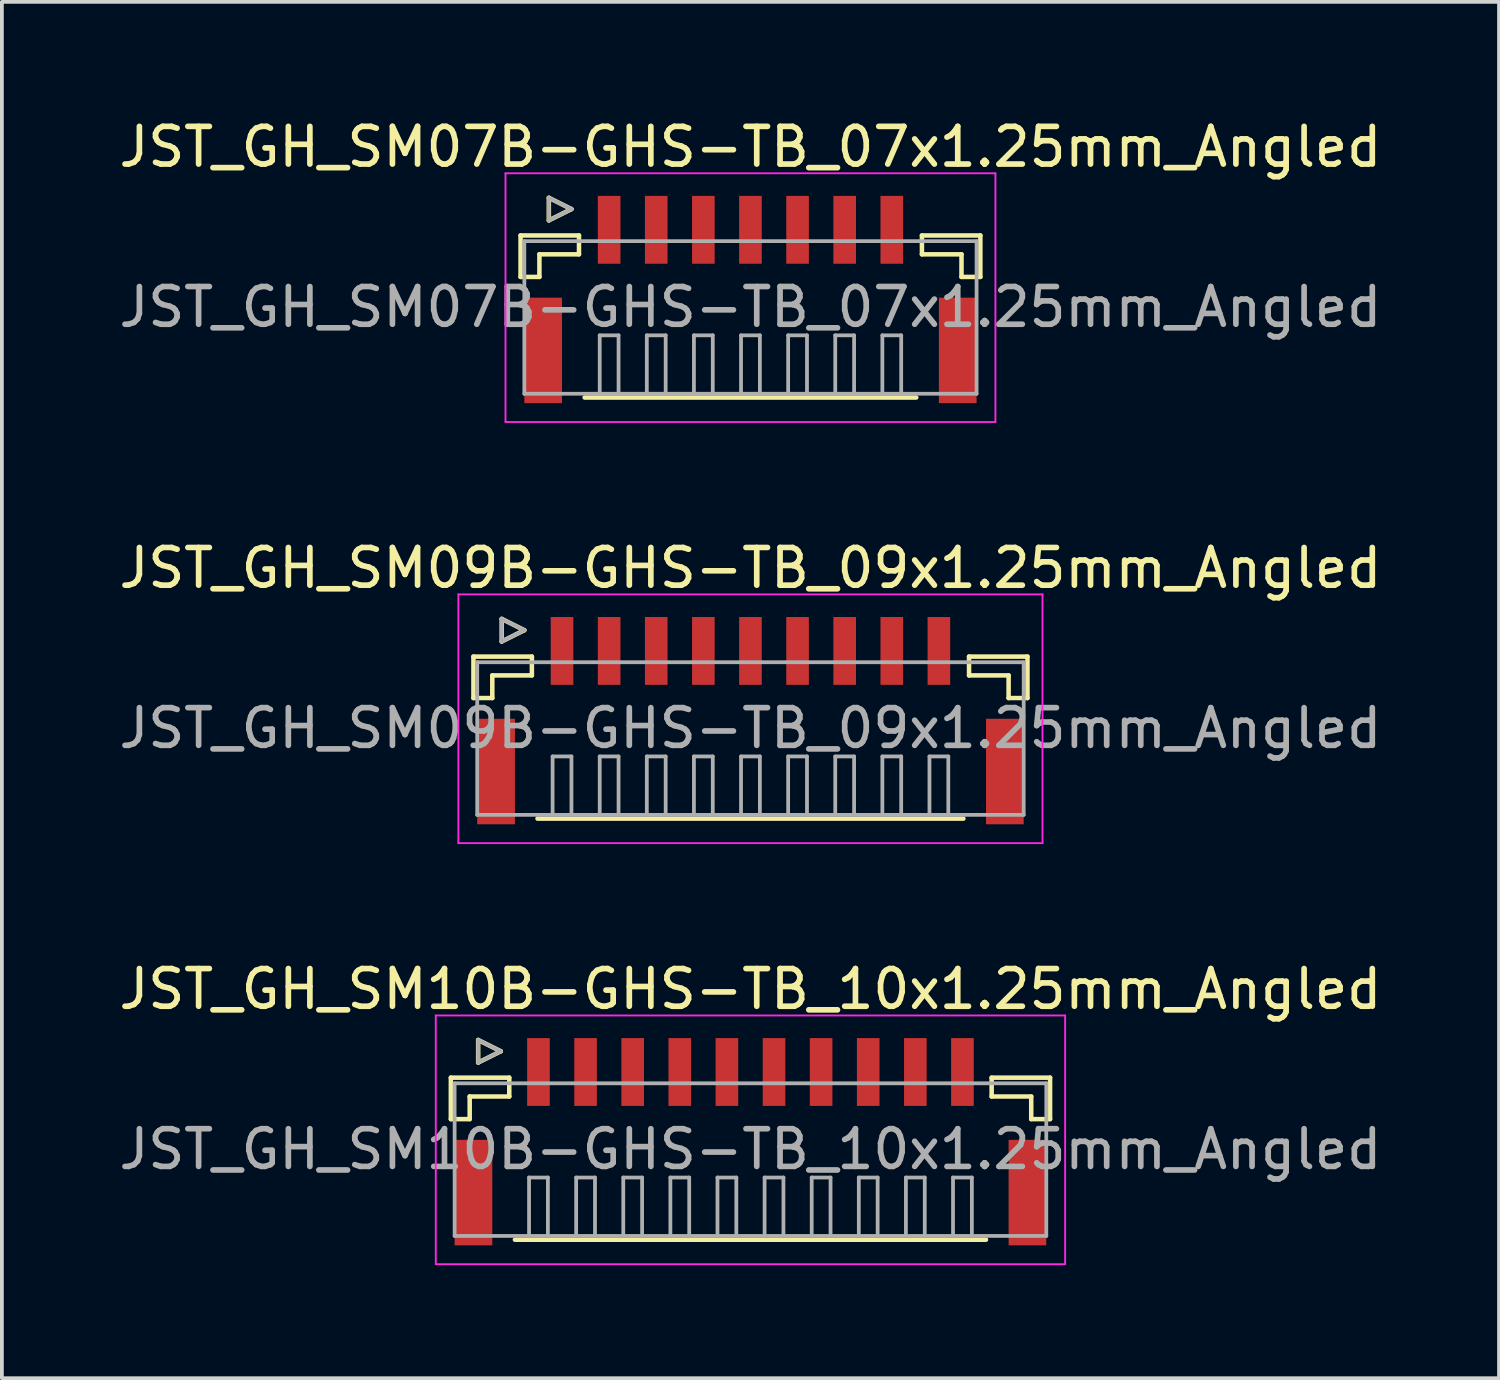
<source format=kicad_pcb>
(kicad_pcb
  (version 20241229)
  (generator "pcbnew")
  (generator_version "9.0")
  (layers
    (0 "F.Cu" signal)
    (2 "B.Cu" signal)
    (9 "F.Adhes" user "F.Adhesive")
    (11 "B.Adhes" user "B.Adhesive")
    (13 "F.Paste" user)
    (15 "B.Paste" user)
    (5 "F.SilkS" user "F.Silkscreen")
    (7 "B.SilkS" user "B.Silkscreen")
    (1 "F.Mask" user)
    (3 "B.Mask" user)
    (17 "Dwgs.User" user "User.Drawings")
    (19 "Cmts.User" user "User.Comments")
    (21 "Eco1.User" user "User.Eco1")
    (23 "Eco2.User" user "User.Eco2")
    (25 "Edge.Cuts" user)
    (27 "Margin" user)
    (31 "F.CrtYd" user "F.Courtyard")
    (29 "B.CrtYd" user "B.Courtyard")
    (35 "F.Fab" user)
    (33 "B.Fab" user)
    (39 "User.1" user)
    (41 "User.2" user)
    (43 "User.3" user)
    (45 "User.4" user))
  (footprint "JST_GH_SM09B-GHS-TB_09x1.25mm_Angled"
    (layer "F.Cu")
    (at 16.863 15.822)
    (property "Reference" "JST_GH_SM09B-GHS-TB_09x1.25mm_Angled" (at 0 -3.8 0) (layer "F.SilkS") (effects (font (size 1 1) (thickness 0.15))))
    (attr smd)
    (fp_line (start -7.35 -1.45) (end -5.8 -1.45) (stroke (width 0.12) (type solid)) (layer "F.SilkS"))
    (fp_line (start -7.35 -0.35) (end -7.35 -1.45) (stroke (width 0.12) (type solid)) (layer "F.SilkS"))
    (fp_line (start -6.85 -0.95) (end -6.85 -0.35) (stroke (width 0.12) (type solid)) (layer "F.SilkS"))
    (fp_line (start -6.85 -0.35) (end -7.35 -0.35) (stroke (width 0.12) (type solid)) (layer "F.SilkS"))
    (fp_line (start -6.6 -2.45) (end -6.6 -1.85) (stroke (width 0.12) (type solid)) (layer "F.SilkS"))
    (fp_line (start -6.6 -1.85) (end -6 -2.15) (stroke (width 0.12) (type solid)) (layer "F.SilkS"))
    (fp_line (start -6 -2.15) (end -6.6 -2.45) (stroke (width 0.12) (type solid)) (layer "F.SilkS"))
    (fp_line (start -5.8 -1.45) (end -5.8 -0.95) (stroke (width 0.12) (type solid)) (layer "F.SilkS"))
    (fp_line (start -5.8 -0.95) (end -6.85 -0.95) (stroke (width 0.12) (type solid)) (layer "F.SilkS"))
    (fp_line (start -5.65 2.85) (end 5.65 2.85) (stroke (width 0.12) (type solid)) (layer "F.SilkS"))
    (fp_line (start 5.8 -1.45) (end 5.8 -0.95) (stroke (width 0.12) (type solid)) (layer "F.SilkS"))
    (fp_line (start 5.8 -0.95) (end 6.85 -0.95) (stroke (width 0.12) (type solid)) (layer "F.SilkS"))
    (fp_line (start 6.85 -0.95) (end 6.85 -0.35) (stroke (width 0.12) (type solid)) (layer "F.SilkS"))
    (fp_line (start 6.85 -0.35) (end 7.35 -0.35) (stroke (width 0.12) (type solid)) (layer "F.SilkS"))
    (fp_line (start 7.35 -1.45) (end 5.8 -1.45) (stroke (width 0.12) (type solid)) (layer "F.SilkS"))
    (fp_line (start 7.35 -0.35) (end 7.35 -1.45) (stroke (width 0.12) (type solid)) (layer "F.SilkS"))
    (fp_line (start -7.75 -3.1) (end -7.75 3.5) (stroke (width 0.05) (type solid)) (layer "F.CrtYd"))
    (fp_line (start -7.75 3.5) (end 7.75 3.5) (stroke (width 0.05) (type solid)) (layer "F.CrtYd"))
    (fp_line (start 7.75 -3.1) (end -7.75 -3.1) (stroke (width 0.05) (type solid)) (layer "F.CrtYd"))
    (fp_line (start 7.75 3.5) (end 7.75 -3.1) (stroke (width 0.05) (type solid)) (layer "F.CrtYd"))
    (fp_line (start -7.25 -1.3) (end -7.25 2.75) (stroke (width 0.1) (type solid)) (layer "F.Fab"))
    (fp_line (start -7.25 2.75) (end 7.25 2.75) (stroke (width 0.1) (type solid)) (layer "F.Fab"))
    (fp_line (start -6.6 -2.45) (end -6.6 -1.85) (stroke (width 0.1) (type solid)) (layer "F.Fab"))
    (fp_line (start -6.6 -1.85) (end -6 -2.15) (stroke (width 0.1) (type solid)) (layer "F.Fab"))
    (fp_line (start -6 -2.15) (end -6.6 -2.45) (stroke (width 0.1) (type solid)) (layer "F.Fab"))
    (fp_line (start -5.25 1.2) (end -4.75 1.2) (stroke (width 0.1) (type solid)) (layer "F.Fab"))
    (fp_line (start -5.25 2.7) (end -5.25 1.2) (stroke (width 0.1) (type solid)) (layer "F.Fab"))
    (fp_line (start -4.75 1.2) (end -4.75 2.7) (stroke (width 0.1) (type solid)) (layer "F.Fab"))
    (fp_line (start -4 1.2) (end -3.5 1.2) (stroke (width 0.1) (type solid)) (layer "F.Fab"))
    (fp_line (start -4 2.7) (end -4 1.2) (stroke (width 0.1) (type solid)) (layer "F.Fab"))
    (fp_line (start -3.5 1.2) (end -3.5 2.7) (stroke (width 0.1) (type solid)) (layer "F.Fab"))
    (fp_line (start -2.75 1.2) (end -2.25 1.2) (stroke (width 0.1) (type solid)) (layer "F.Fab"))
    (fp_line (start -2.75 2.7) (end -2.75 1.2) (stroke (width 0.1) (type solid)) (layer "F.Fab"))
    (fp_line (start -2.25 1.2) (end -2.25 2.7) (stroke (width 0.1) (type solid)) (layer "F.Fab"))
    (fp_line (start -1.5 1.2) (end -1 1.2) (stroke (width 0.1) (type solid)) (layer "F.Fab"))
    (fp_line (start -1.5 2.7) (end -1.5 1.2) (stroke (width 0.1) (type solid)) (layer "F.Fab"))
    (fp_line (start -1 1.2) (end -1 2.7) (stroke (width 0.1) (type solid)) (layer "F.Fab"))
    (fp_line (start -0.25 1.2) (end 0.25 1.2) (stroke (width 0.1) (type solid)) (layer "F.Fab"))
    (fp_line (start -0.25 2.7) (end -0.25 1.2) (stroke (width 0.1) (type solid)) (layer "F.Fab"))
    (fp_line (start 0.25 1.2) (end 0.25 2.7) (stroke (width 0.1) (type solid)) (layer "F.Fab"))
    (fp_line (start 1 1.2) (end 1.5 1.2) (stroke (width 0.1) (type solid)) (layer "F.Fab"))
    (fp_line (start 1 2.7) (end 1 1.2) (stroke (width 0.1) (type solid)) (layer "F.Fab"))
    (fp_line (start 1.5 1.2) (end 1.5 2.7) (stroke (width 0.1) (type solid)) (layer "F.Fab"))
    (fp_line (start 2.25 1.2) (end 2.75 1.2) (stroke (width 0.1) (type solid)) (layer "F.Fab"))
    (fp_line (start 2.25 2.7) (end 2.25 1.2) (stroke (width 0.1) (type solid)) (layer "F.Fab"))
    (fp_line (start 2.75 1.2) (end 2.75 2.7) (stroke (width 0.1) (type solid)) (layer "F.Fab"))
    (fp_line (start 3.5 1.2) (end 4 1.2) (stroke (width 0.1) (type solid)) (layer "F.Fab"))
    (fp_line (start 3.5 2.7) (end 3.5 1.2) (stroke (width 0.1) (type solid)) (layer "F.Fab"))
    (fp_line (start 4 1.2) (end 4 2.7) (stroke (width 0.1) (type solid)) (layer "F.Fab"))
    (fp_line (start 4.75 1.2) (end 5.25 1.2) (stroke (width 0.1) (type solid)) (layer "F.Fab"))
    (fp_line (start 4.75 2.7) (end 4.75 1.2) (stroke (width 0.1) (type solid)) (layer "F.Fab"))
    (fp_line (start 5.25 1.2) (end 5.25 2.7) (stroke (width 0.1) (type solid)) (layer "F.Fab"))
    (fp_line (start 7.25 -1.3) (end -7.25 -1.3) (stroke (width 0.1) (type solid)) (layer "F.Fab"))
    (fp_line (start 7.25 2.75) (end 7.25 -1.3) (stroke (width 0.1) (type solid)) (layer "F.Fab"))
    (fp_text user "${REFERENCE}" (at 0 0.45 0) (layer "F.Fab") (effects (font (size 1 1) (thickness 0.15))))
    (pad "" smd rect (at -6.75 1.6) (size 1 2.8) (layers "F.Cu" "F.Mask" "F.Paste"))
    (pad "" smd rect (at 6.75 1.6) (size 1 2.8) (layers "F.Cu" "F.Mask" "F.Paste"))
    (pad "1" smd rect (at -5 -1.6) (size 0.6 1.8) (layers "F.Cu" "F.Mask" "F.Paste"))
    (pad "2" smd rect (at -3.75 -1.6) (size 0.6 1.8) (layers "F.Cu" "F.Mask" "F.Paste"))
    (pad "3" smd rect (at -2.5 -1.6) (size 0.6 1.8) (layers "F.Cu" "F.Mask" "F.Paste"))
    (pad "4" smd rect (at -1.25 -1.6) (size 0.6 1.8) (layers "F.Cu" "F.Mask" "F.Paste"))
    (pad "5" smd rect (at 0 -1.6) (size 0.6 1.8) (layers "F.Cu" "F.Mask" "F.Paste"))
    (pad "6" smd rect (at 1.25 -1.6) (size 0.6 1.8) (layers "F.Cu" "F.Mask" "F.Paste"))
    (pad "7" smd rect (at 2.5 -1.6) (size 0.6 1.8) (layers "F.Cu" "F.Mask" "F.Paste"))
    (pad "8" smd rect (at 3.75 -1.6) (size 0.6 1.8) (layers "F.Cu" "F.Mask" "F.Paste"))
    (pad "9" smd rect (at 5 -1.6) (size 0.6 1.8) (layers "F.Cu" "F.Mask" "F.Paste")))
  (footprint "JST_GH_SM10B-GHS-TB_10x1.25mm_Angled"
    (layer "F.Cu")
    (at 16.863 26.995)
    (property "Reference" "JST_GH_SM10B-GHS-TB_10x1.25mm_Angled" (at 0 -3.8 0) (layer "F.SilkS") (effects (font (size 1 1) (thickness 0.15))))
    (attr smd)
    (fp_line (start -7.95 -1.45) (end -6.4 -1.45) (stroke (width 0.12) (type solid)) (layer "F.SilkS"))
    (fp_line (start -7.95 -0.35) (end -7.95 -1.45) (stroke (width 0.12) (type solid)) (layer "F.SilkS"))
    (fp_line (start -7.45 -0.95) (end -7.45 -0.35) (stroke (width 0.12) (type solid)) (layer "F.SilkS"))
    (fp_line (start -7.45 -0.35) (end -7.95 -0.35) (stroke (width 0.12) (type solid)) (layer "F.SilkS"))
    (fp_line (start -7.225 -2.45) (end -7.225 -1.85) (stroke (width 0.12) (type solid)) (layer "F.SilkS"))
    (fp_line (start -7.225 -1.85) (end -6.625 -2.15) (stroke (width 0.12) (type solid)) (layer "F.SilkS"))
    (fp_line (start -6.625 -2.15) (end -7.225 -2.45) (stroke (width 0.12) (type solid)) (layer "F.SilkS"))
    (fp_line (start -6.4 -1.45) (end -6.4 -0.95) (stroke (width 0.12) (type solid)) (layer "F.SilkS"))
    (fp_line (start -6.4 -0.95) (end -7.45 -0.95) (stroke (width 0.12) (type solid)) (layer "F.SilkS"))
    (fp_line (start -6.25 2.85) (end 6.25 2.85) (stroke (width 0.12) (type solid)) (layer "F.SilkS"))
    (fp_line (start 6.4 -1.45) (end 6.4 -0.95) (stroke (width 0.12) (type solid)) (layer "F.SilkS"))
    (fp_line (start 6.4 -0.95) (end 7.45 -0.95) (stroke (width 0.12) (type solid)) (layer "F.SilkS"))
    (fp_line (start 7.45 -0.95) (end 7.45 -0.35) (stroke (width 0.12) (type solid)) (layer "F.SilkS"))
    (fp_line (start 7.45 -0.35) (end 7.95 -0.35) (stroke (width 0.12) (type solid)) (layer "F.SilkS"))
    (fp_line (start 7.95 -1.45) (end 6.4 -1.45) (stroke (width 0.12) (type solid)) (layer "F.SilkS"))
    (fp_line (start 7.95 -0.35) (end 7.95 -1.45) (stroke (width 0.12) (type solid)) (layer "F.SilkS"))
    (fp_line (start -8.35 -3.1) (end -8.35 3.5) (stroke (width 0.05) (type solid)) (layer "F.CrtYd"))
    (fp_line (start -8.35 3.5) (end 8.35 3.5) (stroke (width 0.05) (type solid)) (layer "F.CrtYd"))
    (fp_line (start 8.35 -3.1) (end -8.35 -3.1) (stroke (width 0.05) (type solid)) (layer "F.CrtYd"))
    (fp_line (start 8.35 3.5) (end 8.35 -3.1) (stroke (width 0.05) (type solid)) (layer "F.CrtYd"))
    (fp_line (start -7.85 -1.3) (end -7.85 2.75) (stroke (width 0.1) (type solid)) (layer "F.Fab"))
    (fp_line (start -7.85 2.75) (end 7.85 2.75) (stroke (width 0.1) (type solid)) (layer "F.Fab"))
    (fp_line (start -7.225 -2.45) (end -7.225 -1.85) (stroke (width 0.1) (type solid)) (layer "F.Fab"))
    (fp_line (start -7.225 -1.85) (end -6.625 -2.15) (stroke (width 0.1) (type solid)) (layer "F.Fab"))
    (fp_line (start -6.625 -2.15) (end -7.225 -2.45) (stroke (width 0.1) (type solid)) (layer "F.Fab"))
    (fp_line (start -5.875 1.2) (end -5.375 1.2) (stroke (width 0.1) (type solid)) (layer "F.Fab"))
    (fp_line (start -5.875 2.7) (end -5.875 1.2) (stroke (width 0.1) (type solid)) (layer "F.Fab"))
    (fp_line (start -5.375 1.2) (end -5.375 2.7) (stroke (width 0.1) (type solid)) (layer "F.Fab"))
    (fp_line (start -4.625 1.2) (end -4.125 1.2) (stroke (width 0.1) (type solid)) (layer "F.Fab"))
    (fp_line (start -4.625 2.7) (end -4.625 1.2) (stroke (width 0.1) (type solid)) (layer "F.Fab"))
    (fp_line (start -4.125 1.2) (end -4.125 2.7) (stroke (width 0.1) (type solid)) (layer "F.Fab"))
    (fp_line (start -3.375 1.2) (end -2.875 1.2) (stroke (width 0.1) (type solid)) (layer "F.Fab"))
    (fp_line (start -3.375 2.7) (end -3.375 1.2) (stroke (width 0.1) (type solid)) (layer "F.Fab"))
    (fp_line (start -2.875 1.2) (end -2.875 2.7) (stroke (width 0.1) (type solid)) (layer "F.Fab"))
    (fp_line (start -2.125 1.2) (end -1.625 1.2) (stroke (width 0.1) (type solid)) (layer "F.Fab"))
    (fp_line (start -2.125 2.7) (end -2.125 1.2) (stroke (width 0.1) (type solid)) (layer "F.Fab"))
    (fp_line (start -1.625 1.2) (end -1.625 2.7) (stroke (width 0.1) (type solid)) (layer "F.Fab"))
    (fp_line (start -0.875 1.2) (end -0.375 1.2) (stroke (width 0.1) (type solid)) (layer "F.Fab"))
    (fp_line (start -0.875 2.7) (end -0.875 1.2) (stroke (width 0.1) (type solid)) (layer "F.Fab"))
    (fp_line (start -0.375 1.2) (end -0.375 2.7) (stroke (width 0.1) (type solid)) (layer "F.Fab"))
    (fp_line (start 0.375 1.2) (end 0.875 1.2) (stroke (width 0.1) (type solid)) (layer "F.Fab"))
    (fp_line (start 0.375 2.7) (end 0.375 1.2) (stroke (width 0.1) (type solid)) (layer "F.Fab"))
    (fp_line (start 0.875 1.2) (end 0.875 2.7) (stroke (width 0.1) (type solid)) (layer "F.Fab"))
    (fp_line (start 1.625 1.2) (end 2.125 1.2) (stroke (width 0.1) (type solid)) (layer "F.Fab"))
    (fp_line (start 1.625 2.7) (end 1.625 1.2) (stroke (width 0.1) (type solid)) (layer "F.Fab"))
    (fp_line (start 2.125 1.2) (end 2.125 2.7) (stroke (width 0.1) (type solid)) (layer "F.Fab"))
    (fp_line (start 2.875 1.2) (end 3.375 1.2) (stroke (width 0.1) (type solid)) (layer "F.Fab"))
    (fp_line (start 2.875 2.7) (end 2.875 1.2) (stroke (width 0.1) (type solid)) (layer "F.Fab"))
    (fp_line (start 3.375 1.2) (end 3.375 2.7) (stroke (width 0.1) (type solid)) (layer "F.Fab"))
    (fp_line (start 4.125 1.2) (end 4.625 1.2) (stroke (width 0.1) (type solid)) (layer "F.Fab"))
    (fp_line (start 4.125 2.7) (end 4.125 1.2) (stroke (width 0.1) (type solid)) (layer "F.Fab"))
    (fp_line (start 4.625 1.2) (end 4.625 2.7) (stroke (width 0.1) (type solid)) (layer "F.Fab"))
    (fp_line (start 5.375 1.2) (end 5.875 1.2) (stroke (width 0.1) (type solid)) (layer "F.Fab"))
    (fp_line (start 5.375 2.7) (end 5.375 1.2) (stroke (width 0.1) (type solid)) (layer "F.Fab"))
    (fp_line (start 5.875 1.2) (end 5.875 2.7) (stroke (width 0.1) (type solid)) (layer "F.Fab"))
    (fp_line (start 7.85 -1.3) (end -7.85 -1.3) (stroke (width 0.1) (type solid)) (layer "F.Fab"))
    (fp_line (start 7.85 2.75) (end 7.85 -1.3) (stroke (width 0.1) (type solid)) (layer "F.Fab"))
    (fp_text user "${REFERENCE}" (at 0 0.45 0) (layer "F.Fab") (effects (font (size 1 1) (thickness 0.15))))
    (pad "" smd rect (at -7.35 1.6) (size 1 2.8) (layers "F.Cu" "F.Mask" "F.Paste"))
    (pad "" smd rect (at 7.35 1.6) (size 1 2.8) (layers "F.Cu" "F.Mask" "F.Paste"))
    (pad "1" smd rect (at -5.625 -1.6) (size 0.6 1.8) (layers "F.Cu" "F.Mask" "F.Paste"))
    (pad "2" smd rect (at -4.375 -1.6) (size 0.6 1.8) (layers "F.Cu" "F.Mask" "F.Paste"))
    (pad "3" smd rect (at -3.125 -1.6) (size 0.6 1.8) (layers "F.Cu" "F.Mask" "F.Paste"))
    (pad "4" smd rect (at -1.875 -1.6) (size 0.6 1.8) (layers "F.Cu" "F.Mask" "F.Paste"))
    (pad "5" smd rect (at -0.625 -1.6) (size 0.6 1.8) (layers "F.Cu" "F.Mask" "F.Paste"))
    (pad "6" smd rect (at 0.625 -1.6) (size 0.6 1.8) (layers "F.Cu" "F.Mask" "F.Paste"))
    (pad "7" smd rect (at 1.875 -1.6) (size 0.6 1.8) (layers "F.Cu" "F.Mask" "F.Paste"))
    (pad "8" smd rect (at 3.125 -1.6) (size 0.6 1.8) (layers "F.Cu" "F.Mask" "F.Paste"))
    (pad "9" smd rect (at 4.375 -1.6) (size 0.6 1.8) (layers "F.Cu" "F.Mask" "F.Paste"))
    (pad "10" smd rect (at 5.625 -1.6) (size 0.6 1.8) (layers "F.Cu" "F.Mask" "F.Paste")))
  (footprint "JST_GH_SM07B-GHS-TB_07x1.25mm_Angled"
    (layer "F.Cu")
    (at 16.863 4.648)
    (property "Reference" "JST_GH_SM07B-GHS-TB_07x1.25mm_Angled" (at 0 -3.8 0) (layer "F.SilkS") (effects (font (size 1 1) (thickness 0.15))))
    (attr smd)
    (fp_line (start -6.1 -1.45) (end -4.55 -1.45) (stroke (width 0.12) (type solid)) (layer "F.SilkS"))
    (fp_line (start -6.1 -0.35) (end -6.1 -1.45) (stroke (width 0.12) (type solid)) (layer "F.SilkS"))
    (fp_line (start -5.6 -0.95) (end -5.6 -0.35) (stroke (width 0.12) (type solid)) (layer "F.SilkS"))
    (fp_line (start -5.6 -0.35) (end -6.1 -0.35) (stroke (width 0.12) (type solid)) (layer "F.SilkS"))
    (fp_line (start -5.35 -2.45) (end -5.35 -1.85) (stroke (width 0.12) (type solid)) (layer "F.SilkS"))
    (fp_line (start -5.35 -1.85) (end -4.75 -2.15) (stroke (width 0.12) (type solid)) (layer "F.SilkS"))
    (fp_line (start -4.75 -2.15) (end -5.35 -2.45) (stroke (width 0.12) (type solid)) (layer "F.SilkS"))
    (fp_line (start -4.55 -1.45) (end -4.55 -0.95) (stroke (width 0.12) (type solid)) (layer "F.SilkS"))
    (fp_line (start -4.55 -0.95) (end -5.6 -0.95) (stroke (width 0.12) (type solid)) (layer "F.SilkS"))
    (fp_line (start -4.4 2.85) (end 4.4 2.85) (stroke (width 0.12) (type solid)) (layer "F.SilkS"))
    (fp_line (start 4.55 -1.45) (end 4.55 -0.95) (stroke (width 0.12) (type solid)) (layer "F.SilkS"))
    (fp_line (start 4.55 -0.95) (end 5.6 -0.95) (stroke (width 0.12) (type solid)) (layer "F.SilkS"))
    (fp_line (start 5.6 -0.95) (end 5.6 -0.35) (stroke (width 0.12) (type solid)) (layer "F.SilkS"))
    (fp_line (start 5.6 -0.35) (end 6.1 -0.35) (stroke (width 0.12) (type solid)) (layer "F.SilkS"))
    (fp_line (start 6.1 -1.45) (end 4.55 -1.45) (stroke (width 0.12) (type solid)) (layer "F.SilkS"))
    (fp_line (start 6.1 -0.35) (end 6.1 -1.45) (stroke (width 0.12) (type solid)) (layer "F.SilkS"))
    (fp_line (start -6.5 -3.1) (end -6.5 3.5) (stroke (width 0.05) (type solid)) (layer "F.CrtYd"))
    (fp_line (start -6.5 3.5) (end 6.5 3.5) (stroke (width 0.05) (type solid)) (layer "F.CrtYd"))
    (fp_line (start 6.5 -3.1) (end -6.5 -3.1) (stroke (width 0.05) (type solid)) (layer "F.CrtYd"))
    (fp_line (start 6.5 3.5) (end 6.5 -3.1) (stroke (width 0.05) (type solid)) (layer "F.CrtYd"))
    (fp_line (start -6 -1.3) (end -6 2.75) (stroke (width 0.1) (type solid)) (layer "F.Fab"))
    (fp_line (start -6 2.75) (end 6 2.75) (stroke (width 0.1) (type solid)) (layer "F.Fab"))
    (fp_line (start -5.35 -2.45) (end -5.35 -1.85) (stroke (width 0.1) (type solid)) (layer "F.Fab"))
    (fp_line (start -5.35 -1.85) (end -4.75 -2.15) (stroke (width 0.1) (type solid)) (layer "F.Fab"))
    (fp_line (start -4.75 -2.15) (end -5.35 -2.45) (stroke (width 0.1) (type solid)) (layer "F.Fab"))
    (fp_line (start -4 1.2) (end -3.5 1.2) (stroke (width 0.1) (type solid)) (layer "F.Fab"))
    (fp_line (start -4 2.7) (end -4 1.2) (stroke (width 0.1) (type solid)) (layer "F.Fab"))
    (fp_line (start -3.5 1.2) (end -3.5 2.7) (stroke (width 0.1) (type solid)) (layer "F.Fab"))
    (fp_line (start -2.75 1.2) (end -2.25 1.2) (stroke (width 0.1) (type solid)) (layer "F.Fab"))
    (fp_line (start -2.75 2.7) (end -2.75 1.2) (stroke (width 0.1) (type solid)) (layer "F.Fab"))
    (fp_line (start -2.25 1.2) (end -2.25 2.7) (stroke (width 0.1) (type solid)) (layer "F.Fab"))
    (fp_line (start -1.5 1.2) (end -1 1.2) (stroke (width 0.1) (type solid)) (layer "F.Fab"))
    (fp_line (start -1.5 2.7) (end -1.5 1.2) (stroke (width 0.1) (type solid)) (layer "F.Fab"))
    (fp_line (start -1 1.2) (end -1 2.7) (stroke (width 0.1) (type solid)) (layer "F.Fab"))
    (fp_line (start -0.25 1.2) (end 0.25 1.2) (stroke (width 0.1) (type solid)) (layer "F.Fab"))
    (fp_line (start -0.25 2.7) (end -0.25 1.2) (stroke (width 0.1) (type solid)) (layer "F.Fab"))
    (fp_line (start 0.25 1.2) (end 0.25 2.7) (stroke (width 0.1) (type solid)) (layer "F.Fab"))
    (fp_line (start 1 1.2) (end 1.5 1.2) (stroke (width 0.1) (type solid)) (layer "F.Fab"))
    (fp_line (start 1 2.7) (end 1 1.2) (stroke (width 0.1) (type solid)) (layer "F.Fab"))
    (fp_line (start 1.5 1.2) (end 1.5 2.7) (stroke (width 0.1) (type solid)) (layer "F.Fab"))
    (fp_line (start 2.25 1.2) (end 2.75 1.2) (stroke (width 0.1) (type solid)) (layer "F.Fab"))
    (fp_line (start 2.25 2.7) (end 2.25 1.2) (stroke (width 0.1) (type solid)) (layer "F.Fab"))
    (fp_line (start 2.75 1.2) (end 2.75 2.7) (stroke (width 0.1) (type solid)) (layer "F.Fab"))
    (fp_line (start 3.5 1.2) (end 4 1.2) (stroke (width 0.1) (type solid)) (layer "F.Fab"))
    (fp_line (start 3.5 2.7) (end 3.5 1.2) (stroke (width 0.1) (type solid)) (layer "F.Fab"))
    (fp_line (start 4 1.2) (end 4 2.7) (stroke (width 0.1) (type solid)) (layer "F.Fab"))
    (fp_line (start 6 -1.3) (end -6 -1.3) (stroke (width 0.1) (type solid)) (layer "F.Fab"))
    (fp_line (start 6 2.75) (end 6 -1.3) (stroke (width 0.1) (type solid)) (layer "F.Fab"))
    (fp_text user "${REFERENCE}" (at 0 0.45 0) (layer "F.Fab") (effects (font (size 1 1) (thickness 0.15))))
    (pad "" smd rect (at -5.5 1.6) (size 1 2.8) (layers "F.Cu" "F.Mask" "F.Paste"))
    (pad "" smd rect (at 5.5 1.6) (size 1 2.8) (layers "F.Cu" "F.Mask" "F.Paste"))
    (pad "1" smd rect (at -3.75 -1.6) (size 0.6 1.8) (layers "F.Cu" "F.Mask" "F.Paste"))
    (pad "2" smd rect (at -2.5 -1.6) (size 0.6 1.8) (layers "F.Cu" "F.Mask" "F.Paste"))
    (pad "3" smd rect (at -1.25 -1.6) (size 0.6 1.8) (layers "F.Cu" "F.Mask" "F.Paste"))
    (pad "4" smd rect (at 0 -1.6) (size 0.6 1.8) (layers "F.Cu" "F.Mask" "F.Paste"))
    (pad "5" smd rect (at 1.25 -1.6) (size 0.6 1.8) (layers "F.Cu" "F.Mask" "F.Paste"))
    (pad "6" smd rect (at 2.5 -1.6) (size 0.6 1.8) (layers "F.Cu" "F.Mask" "F.Paste"))
    (pad "7" smd rect (at 3.75 -1.6) (size 0.6 1.8) (layers "F.Cu" "F.Mask" "F.Paste")))
  (gr_rect
    (start -3 -3)
    (end 36.726 33.52)
    (stroke (width 0.1) (type default))
    (fill no)
    (layer "Edge.Cuts")))
</source>
